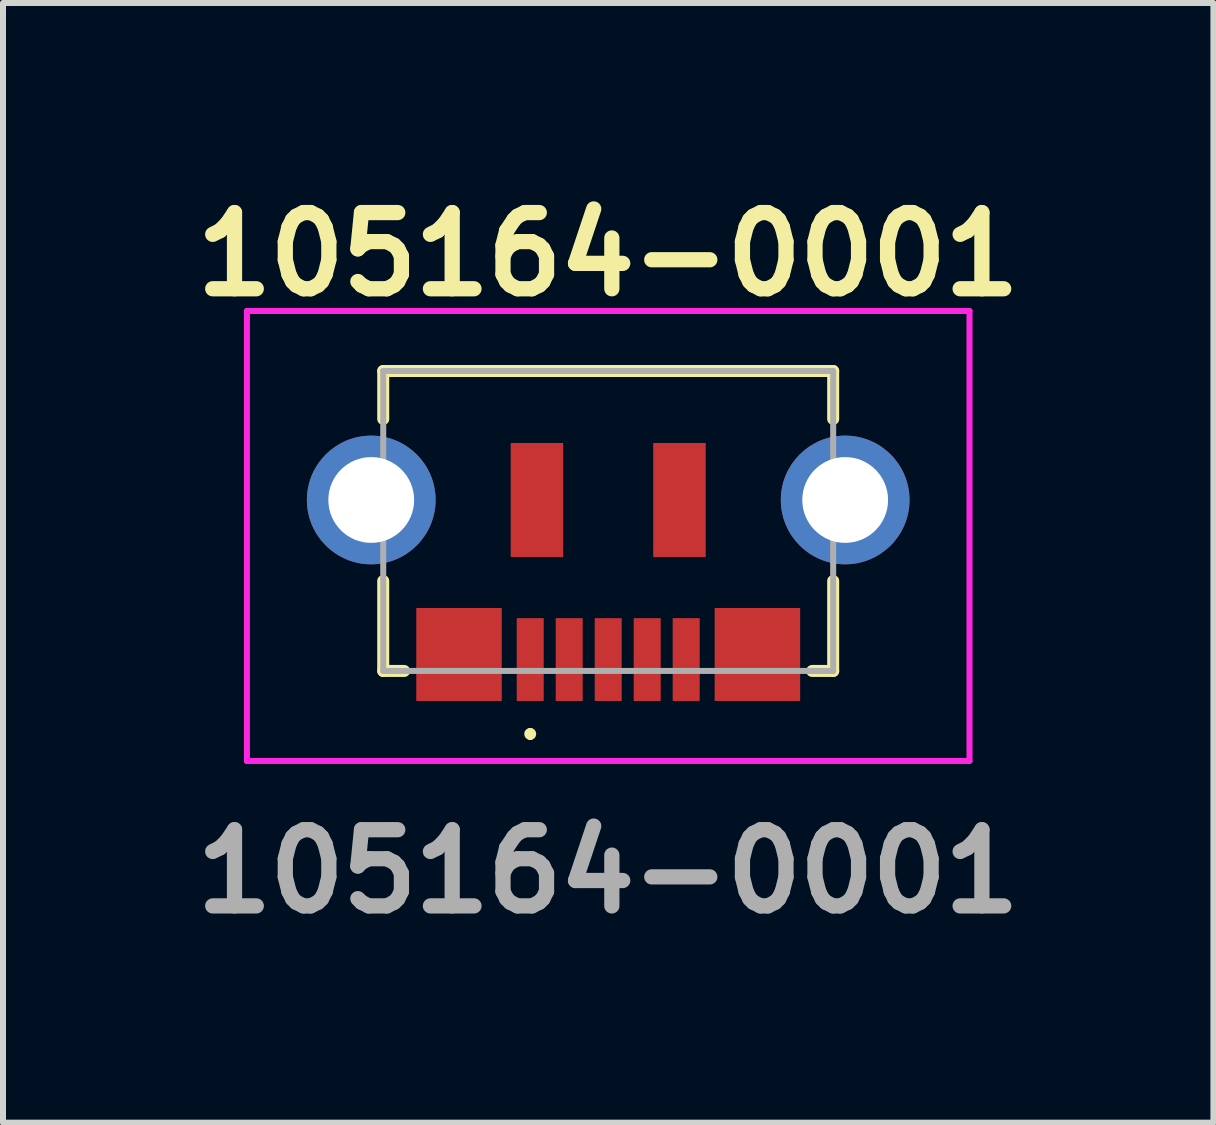
<source format=kicad_pcb>
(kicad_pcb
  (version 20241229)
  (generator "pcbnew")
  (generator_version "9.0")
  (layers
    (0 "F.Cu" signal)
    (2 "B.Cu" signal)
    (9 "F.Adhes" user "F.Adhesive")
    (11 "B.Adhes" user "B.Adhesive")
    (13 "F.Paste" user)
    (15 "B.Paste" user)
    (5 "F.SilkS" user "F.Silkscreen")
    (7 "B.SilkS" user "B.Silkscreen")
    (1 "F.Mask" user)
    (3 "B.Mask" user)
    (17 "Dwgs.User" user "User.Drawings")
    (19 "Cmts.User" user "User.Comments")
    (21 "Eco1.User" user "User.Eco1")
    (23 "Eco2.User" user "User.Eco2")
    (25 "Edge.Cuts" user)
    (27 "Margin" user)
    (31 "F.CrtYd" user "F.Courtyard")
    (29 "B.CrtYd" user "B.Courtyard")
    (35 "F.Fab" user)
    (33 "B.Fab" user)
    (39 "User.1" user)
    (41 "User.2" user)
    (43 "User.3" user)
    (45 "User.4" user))
  (footprint "105164-0001"
    (layer "F.Cu")
    (at 7.088 5.634)
    (property "Reference" "105164-0001" (at 0 -4.445 0) (layer "F.SilkS") (effects (font (size 1.27 1.27) (thickness 0.254))))
    (attr through_hole)
    (fp_line (start -3.75 -2.5) (end 3.75 -2.5) (stroke (width 0.2) (type solid)) (layer "F.SilkS"))
    (fp_line (start -3.75 -1.7) (end -3.75 -2.5) (stroke (width 0.2) (type solid)) (layer "F.SilkS"))
    (fp_line (start -3.75 2.5) (end -3.75 1) (stroke (width 0.2) (type solid)) (layer "F.SilkS"))
    (fp_line (start -3.4 2.5) (end -3.75 2.5) (stroke (width 0.2) (type solid)) (layer "F.SilkS"))
    (fp_line (start -1.3 3.5) (end -1.3 3.5) (stroke (width 0.1) (type solid)) (layer "F.SilkS"))
    (fp_line (start -1.3 3.6) (end -1.3 3.6) (stroke (width 0.1) (type solid)) (layer "F.SilkS"))
    (fp_line (start 3.75 -2.5) (end 3.75 -1.7) (stroke (width 0.2) (type solid)) (layer "F.SilkS"))
    (fp_line (start 3.75 1) (end 3.75 2.5) (stroke (width 0.2) (type solid)) (layer "F.SilkS"))
    (fp_line (start 3.75 2.5) (end 3.4 2.5) (stroke (width 0.2) (type solid)) (layer "F.SilkS"))
    (fp_arc (start -1.3 3.5) (mid -1.25 3.55) (end -1.3 3.6) (stroke (width 0.1) (type solid)) (layer "F.SilkS"))
    (fp_arc (start -1.3 3.6) (mid -1.35 3.55) (end -1.3 3.5) (stroke (width 0.1) (type solid)) (layer "F.SilkS"))
    (fp_line (start -6.022 -3.5) (end -6.022 4) (stroke (width 0.1) (type solid)) (layer "F.CrtYd"))
    (fp_line (start -6.022 4) (end 6.022 4) (stroke (width 0.1) (type solid)) (layer "F.CrtYd"))
    (fp_line (start 6.022 -3.5) (end -6.022 -3.5) (stroke (width 0.1) (type solid)) (layer "F.CrtYd"))
    (fp_line (start 6.022 4) (end 6.022 -3.5) (stroke (width 0.1) (type solid)) (layer "F.CrtYd"))
    (fp_line (start -3.75 -2.5) (end 3.75 -2.5) (stroke (width 0.1) (type solid)) (layer "F.Fab"))
    (fp_line (start -3.75 2.5) (end -3.75 -2.5) (stroke (width 0.1) (type solid)) (layer "F.Fab"))
    (fp_line (start 3.75 -2.5) (end 3.75 2.5) (stroke (width 0.1) (type solid)) (layer "F.Fab"))
    (fp_line (start 3.75 2.5) (end -3.75 2.5) (stroke (width 0.1) (type solid)) (layer "F.Fab"))
    (fp_text user "${REFERENCE}" (at 0 5.842 0) (layer "F.Fab") (effects (font (size 1.27 1.27) (thickness 0.254))))
    (pad "1" smd rect (at -1.3 2.31) (size 0.45 1.38) (layers "F.Cu" "F.Mask" "F.Paste"))
    (pad "2" smd rect (at -0.65 2.31) (size 0.45 1.38) (layers "F.Cu" "F.Mask" "F.Paste"))
    (pad "3" smd rect (at 0 2.31) (size 0.45 1.38) (layers "F.Cu" "F.Mask" "F.Paste"))
    (pad "4" smd rect (at 0.65 2.31) (size 0.45 1.38) (layers "F.Cu" "F.Mask" "F.Paste"))
    (pad "5" smd rect (at 1.3 2.31) (size 0.45 1.38) (layers "F.Cu" "F.Mask" "F.Paste"))
    (pad "MH1" thru_hole circle (at -3.95 -0.35) (size 2.145 2.145) (drill 1.43) (layers "*.Cu" "*.Mask"))
    (pad "MH2" thru_hole circle (at 3.95 -0.35) (size 2.145 2.145) (drill 1.43) (layers "*.Cu" "*.Mask"))
    (pad "MP1" smd rect (at -2.487 2.225) (size 1.425 1.55) (layers "F.Cu" "F.Mask" "F.Paste"))
    (pad "MP2" smd rect (at 2.487 2.225) (size 1.425 1.55) (layers "F.Cu" "F.Mask" "F.Paste"))
    (pad "MP3" smd rect (at -1.188 -0.35) (size 0.875 1.9) (layers "F.Cu" "F.Mask" "F.Paste"))
    (pad "MP4" smd rect (at 1.188 -0.35) (size 0.875 1.9) (layers "F.Cu" "F.Mask" "F.Paste")))
  (gr_rect
    (start -3 -3)
    (end 17.176 15.664)
    (stroke (width 0.1) (type default))
    (fill no)
    (layer "Edge.Cuts")))
</source>
